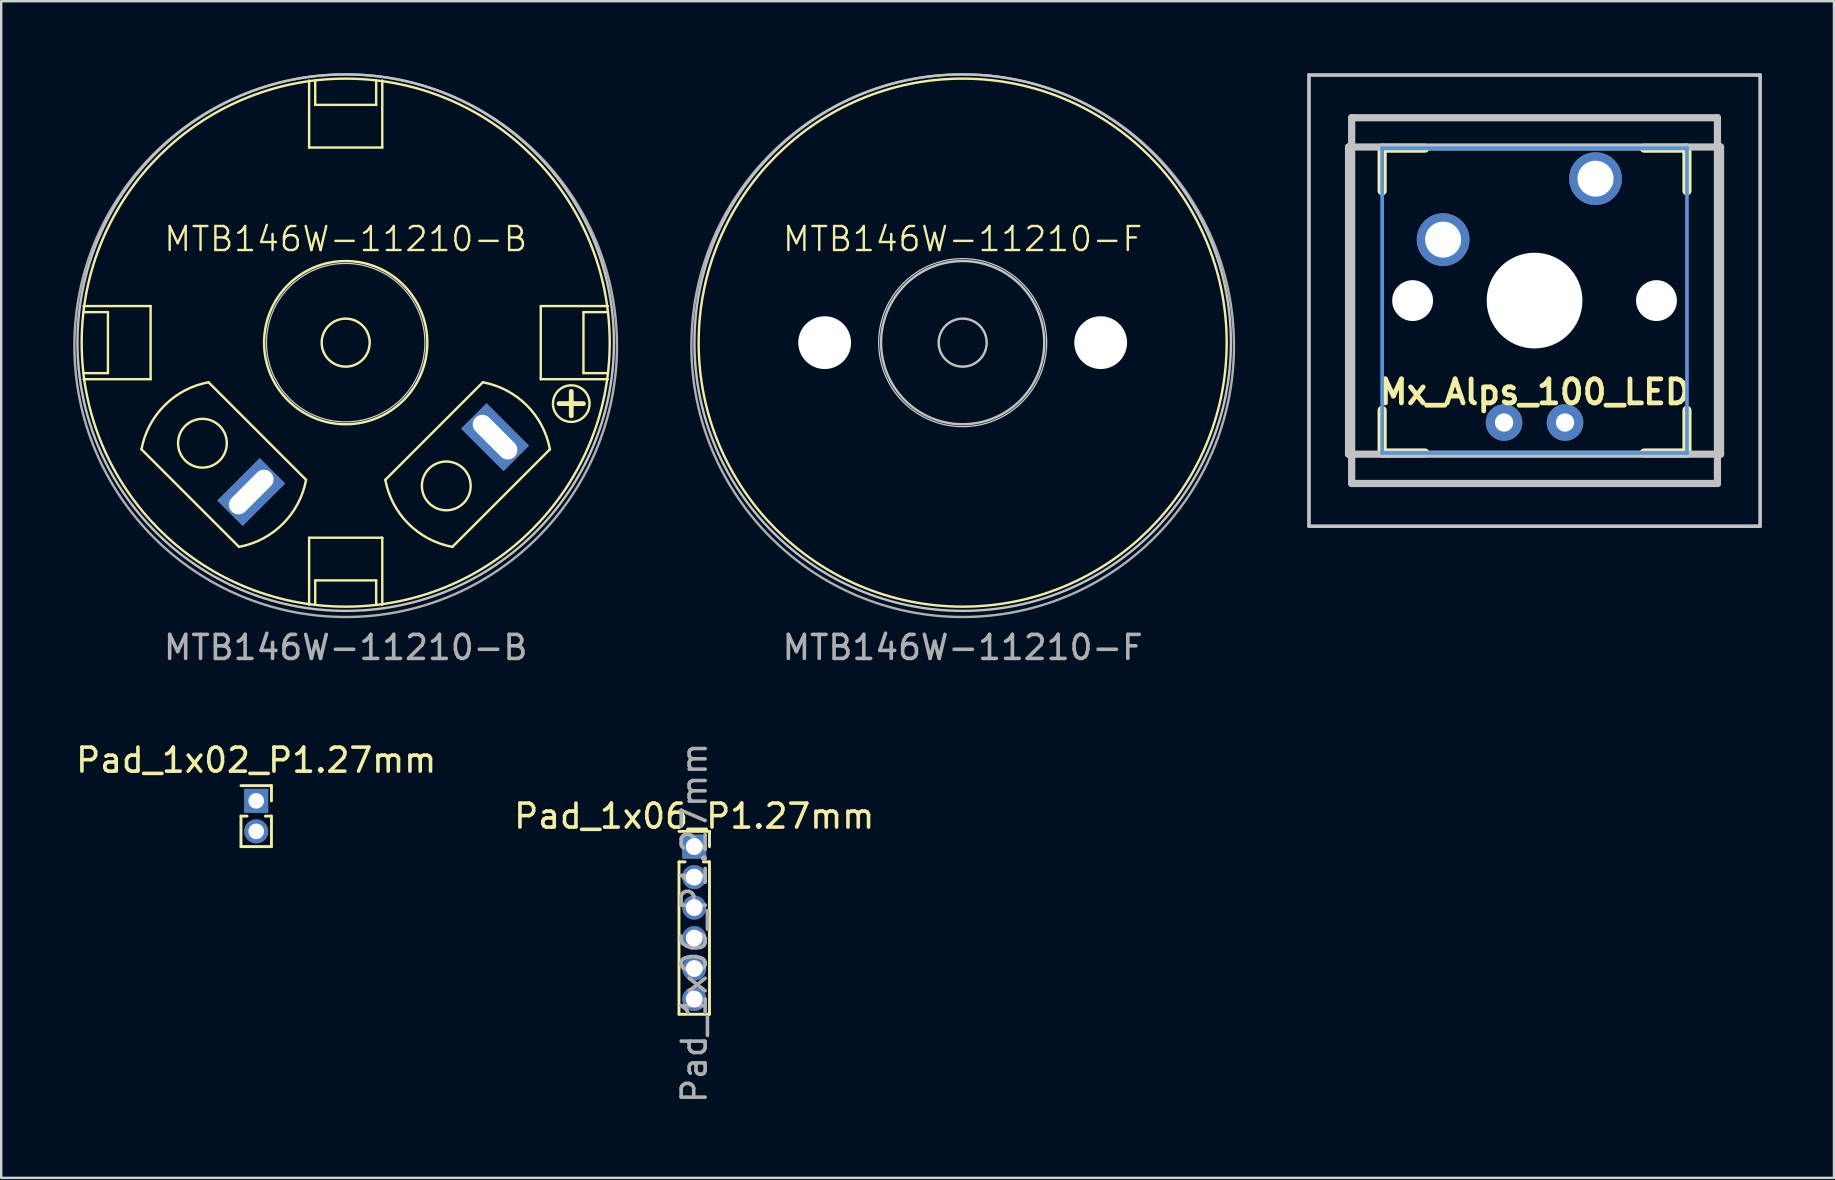
<source format=kicad_pcb>
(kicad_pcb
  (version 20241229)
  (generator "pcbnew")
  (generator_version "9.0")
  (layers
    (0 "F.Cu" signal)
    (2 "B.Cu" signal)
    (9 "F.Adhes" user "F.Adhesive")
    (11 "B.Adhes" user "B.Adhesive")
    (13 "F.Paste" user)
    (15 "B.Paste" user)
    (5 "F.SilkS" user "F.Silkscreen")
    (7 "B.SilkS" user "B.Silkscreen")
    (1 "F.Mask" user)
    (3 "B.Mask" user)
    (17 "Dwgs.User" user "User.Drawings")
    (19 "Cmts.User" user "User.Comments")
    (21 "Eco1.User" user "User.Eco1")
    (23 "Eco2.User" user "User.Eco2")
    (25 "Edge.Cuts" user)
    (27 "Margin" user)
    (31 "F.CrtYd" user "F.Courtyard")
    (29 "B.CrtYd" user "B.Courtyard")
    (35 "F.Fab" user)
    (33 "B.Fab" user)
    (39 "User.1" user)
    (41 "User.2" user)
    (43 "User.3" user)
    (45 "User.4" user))
  (footprint "MTB146W-11210-F"
    (layer "F.Cu")
    (at 37.059 11.226)
    (property "Reference" "MTB146W-11210-F" (at 0 -4.318 0) (unlocked yes) (layer "F.SilkS") (effects (font (size 1 1) (thickness 0.1))))
    (fp_circle (center 0 0) (end 11 0) (stroke (width 0.1) (type default)) (fill no) (layer "F.SilkS"))
    (fp_circle (center 0 0) (end 1 0) (stroke (width 0.1) (type default)) (fill no) (layer "Dwgs.User"))
    (fp_circle (center 0 0) (end 3.4 0) (stroke (width 0.1) (type default)) (fill no) (layer "Dwgs.User"))
    (fp_circle (center 0 0) (end 11.176 0) (stroke (width 0.1) (type default)) (fill no) (layer "Dwgs.User"))
    (fp_circle (center 0 0) (end 3.5 0) (stroke (width 0.05) (type default)) (fill no) (layer "Edge.Cuts"))
    (fp_circle (center 0 0.127) (end 11.303 0.127) (stroke (width 0.1) (type default)) (fill no) (layer "F.Fab"))
    (fp_text user "${REFERENCE}" (at 0 12.7 0) (unlocked yes) (layer "F.Fab") (effects (font (size 1 1) (thickness 0.15))))
    (pad "" np_thru_hole circle (at -5.75 0) (size 2.2 2.2) (drill 2.2) (layers "*.Cu" "*.Mask"))
    (pad "" np_thru_hole circle (at 5.75 0) (size 2.2 2.2) (drill 2.2) (layers "*.Cu" "*.Mask")))
  (footprint "Mx_Alps_100_LED"
    (layer "F.Cu")
    (at 60.886 9.474)
    (property "Reference" "Mx_Alps_100_LED" (at 0 3.81 0) (layer "F.SilkS") (effects (font (size 1 1) (thickness 0.2))))
    (attr through_hole)
    (fp_line (start -6.35 -6.35) (end -4.572 -6.35) (stroke (width 0.381) (type solid)) (layer "F.SilkS"))
    (fp_line (start -6.35 -4.572) (end -6.35 -6.35) (stroke (width 0.381) (type solid)) (layer "F.SilkS"))
    (fp_line (start -6.35 6.35) (end -6.35 4.572) (stroke (width 0.381) (type solid)) (layer "F.SilkS"))
    (fp_line (start -4.572 6.35) (end -6.35 6.35) (stroke (width 0.381) (type solid)) (layer "F.SilkS"))
    (fp_line (start 4.572 -6.35) (end 6.35 -6.35) (stroke (width 0.381) (type solid)) (layer "F.SilkS"))
    (fp_line (start 6.35 -6.35) (end 6.35 -4.572) (stroke (width 0.381) (type solid)) (layer "F.SilkS"))
    (fp_line (start 6.35 4.572) (end 6.35 6.35) (stroke (width 0.381) (type solid)) (layer "F.SilkS"))
    (fp_line (start 6.35 6.35) (end 4.572 6.35) (stroke (width 0.381) (type solid)) (layer "F.SilkS"))
    (fp_line (start -9.398 -9.398) (end 9.398 -9.398) (stroke (width 0.152) (type solid)) (layer "Dwgs.User"))
    (fp_line (start -9.398 9.398) (end -9.398 -9.398) (stroke (width 0.152) (type solid)) (layer "Dwgs.User"))
    (fp_line (start -7.75 6.4) (end -7.75 -6.4) (stroke (width 0.3) (type solid)) (layer "Dwgs.User"))
    (fp_line (start -7.75 6.4) (end 7.75 6.4) (stroke (width 0.3) (type solid)) (layer "Dwgs.User"))
    (fp_line (start -7.62 -7.62) (end 7.62 -7.62) (stroke (width 0.3) (type solid)) (layer "Dwgs.User"))
    (fp_line (start -7.62 7.62) (end -7.62 -7.62) (stroke (width 0.3) (type solid)) (layer "Dwgs.User"))
    (fp_line (start 7.62 -7.62) (end 7.62 7.62) (stroke (width 0.3) (type solid)) (layer "Dwgs.User"))
    (fp_line (start 7.62 7.62) (end -7.62 7.62) (stroke (width 0.3) (type solid)) (layer "Dwgs.User"))
    (fp_line (start 7.75 -6.4) (end -7.75 -6.4) (stroke (width 0.3) (type solid)) (layer "Dwgs.User"))
    (fp_line (start 7.75 6.4) (end 7.75 -6.4) (stroke (width 0.3) (type solid)) (layer "Dwgs.User"))
    (fp_line (start 9.398 -9.398) (end 9.398 9.398) (stroke (width 0.152) (type solid)) (layer "Dwgs.User"))
    (fp_line (start 9.398 9.398) (end -9.398 9.398) (stroke (width 0.152) (type solid)) (layer "Dwgs.User"))
    (fp_line (start -6.35 -6.35) (end 6.35 -6.35) (stroke (width 0.152) (type solid)) (layer "Cmts.User"))
    (fp_line (start -6.35 6.35) (end -6.35 -6.35) (stroke (width 0.152) (type solid)) (layer "Cmts.User"))
    (fp_line (start 6.35 -6.35) (end 6.35 6.35) (stroke (width 0.152) (type solid)) (layer "Cmts.User"))
    (fp_line (start 6.35 6.35) (end -6.35 6.35) (stroke (width 0.152) (type solid)) (layer "Cmts.User"))
    (fp_line (start -6.985 -6.985) (end 6.985 -6.985) (stroke (width 0.152) (type solid)) (layer "Eco2.User"))
    (fp_line (start -6.985 6.985) (end -6.985 -6.985) (stroke (width 0.152) (type solid)) (layer "Eco2.User"))
    (fp_line (start 6.985 -6.985) (end 6.985 6.985) (stroke (width 0.152) (type solid)) (layer "Eco2.User"))
    (fp_line (start 6.985 6.985) (end -6.985 6.985) (stroke (width 0.152) (type solid)) (layer "Eco2.User"))
    (pad "" np_thru_hole circle (at -5.08 0) (size 1.702 1.702) (drill 1.702) (layers "*.Cu"))
    (pad "" np_thru_hole circle (at 0 0) (size 3.988 3.988) (drill 3.988) (layers "*.Cu"))
    (pad "" np_thru_hole circle (at 5.08 0) (size 1.702 1.702) (drill 1.702) (layers "*.Cu"))
    (pad "1" thru_hole circle (at 2.54 -5.08) (size 2.2 2.2) (drill 1.5) (layers "*.Cu" "*.Mask"))
    (pad "2" thru_hole circle (at -3.81 -2.54) (size 2.2 2.2) (drill 1.5) (layers "*.Cu" "*.Mask"))
    (pad "3" thru_hole circle (at -1.27 5.08) (size 1.524 1.524) (drill 0.762) (layers "*.Cu" "*.Mask"))
    (pad "4" thru_hole circle (at 1.27 5.08) (size 1.524 1.524) (drill 0.762) (layers "*.Cu" "*.Mask")))
  (footprint "MTB146W-11210-B"
    (layer "F.Cu")
    (at 11.353 11.226)
    (property "Reference" "MTB146W-11210-B" (at 0 -4.318 0) (unlocked yes) (layer "F.SilkS") (effects (font (size 1 1) (thickness 0.1))))
    (fp_line (start -10.922 -1.524) (end -8.128 -1.524) (stroke (width 0.1) (type default)) (layer "F.SilkS"))
    (fp_line (start -10.922 1.524) (end -8.128 1.524) (stroke (width 0.1) (type default)) (layer "F.SilkS"))
    (fp_line (start -9.906 -1.27) (end -10.922 -1.27) (stroke (width 0.1) (type default)) (layer "F.SilkS"))
    (fp_line (start -9.906 1.27) (end -10.922 1.27) (stroke (width 0.1) (type default)) (layer "F.SilkS"))
    (fp_line (start -9.906 1.27) (end -9.906 -1.27) (stroke (width 0.1) (type default)) (layer "F.SilkS"))
    (fp_line (start -8.509 4.445) (end -4.445 8.509) (stroke (width 0.1) (type default)) (layer "F.SilkS"))
    (fp_line (start -8.128 1.524) (end -8.128 -1.524) (stroke (width 0.1) (type default)) (layer "F.SilkS"))
    (fp_line (start -5.715 1.651) (end -1.651 5.715) (stroke (width 0.1) (type default)) (layer "F.SilkS"))
    (fp_line (start -4.699 6.985) (end -3.175 5.461) (stroke (width 0.1) (type default)) (layer "F.SilkS"))
    (fp_line (start -1.524 -10.922) (end -1.524 -8.128) (stroke (width 0.1) (type default)) (layer "F.SilkS"))
    (fp_line (start -1.524 -8.128) (end 1.524 -8.128) (stroke (width 0.1) (type default)) (layer "F.SilkS"))
    (fp_line (start -1.524 10.922) (end -1.524 8.128) (stroke (width 0.1) (type default)) (layer "F.SilkS"))
    (fp_line (start -1.27 -9.906) (end -1.27 -10.922) (stroke (width 0.1) (type default)) (layer "F.SilkS"))
    (fp_line (start -1.27 -9.906) (end 1.27 -9.906) (stroke (width 0.1) (type default)) (layer "F.SilkS"))
    (fp_line (start -1.27 9.906) (end -1.27 10.922) (stroke (width 0.1) (type default)) (layer "F.SilkS"))
    (fp_line (start 1.27 -9.906) (end 1.27 -10.922) (stroke (width 0.1) (type default)) (layer "F.SilkS"))
    (fp_line (start 1.27 9.906) (end -1.27 9.906) (stroke (width 0.1) (type default)) (layer "F.SilkS"))
    (fp_line (start 1.27 9.906) (end 1.27 10.922) (stroke (width 0.1) (type default)) (layer "F.SilkS"))
    (fp_line (start 1.524 -10.922) (end 1.524 -8.128) (stroke (width 0.1) (type default)) (layer "F.SilkS"))
    (fp_line (start 1.524 8.128) (end -1.524 8.128) (stroke (width 0.1) (type default)) (layer "F.SilkS"))
    (fp_line (start 1.524 10.922) (end 1.524 8.128) (stroke (width 0.1) (type default)) (layer "F.SilkS"))
    (fp_line (start 1.651 5.715) (end 5.715 1.651) (stroke (width 0.1) (type default)) (layer "F.SilkS"))
    (fp_line (start 4.445 8.509) (end 8.509 4.445) (stroke (width 0.1) (type default)) (layer "F.SilkS"))
    (fp_line (start 6.985 4.699) (end 5.461 3.175) (stroke (width 0.1) (type default)) (layer "F.SilkS"))
    (fp_line (start 8.128 -1.524) (end 8.128 1.524) (stroke (width 0.1) (type default)) (layer "F.SilkS"))
    (fp_line (start 8.89 2.54) (end 9.906 2.54) (stroke (width 0.2) (type default)) (layer "F.SilkS"))
    (fp_line (start 9.398 3.048) (end 9.398 2.032) (stroke (width 0.2) (type default)) (layer "F.SilkS"))
    (fp_line (start 9.906 -1.27) (end 9.906 1.27) (stroke (width 0.1) (type default)) (layer "F.SilkS"))
    (fp_line (start 9.906 -1.27) (end 10.922 -1.27) (stroke (width 0.1) (type default)) (layer "F.SilkS"))
    (fp_line (start 9.906 1.27) (end 10.922 1.27) (stroke (width 0.1) (type default)) (layer "F.SilkS"))
    (fp_line (start 10.922 -1.524) (end 8.128 -1.524) (stroke (width 0.1) (type default)) (layer "F.SilkS"))
    (fp_line (start 10.922 1.524) (end 8.128 1.524) (stroke (width 0.1) (type default)) (layer "F.SilkS"))
    (fp_arc (start -8.508999 4.445) (mid -7.545893 2.614107) (end -5.715 1.651001) (stroke (width 0.1) (type default)) (layer "F.SilkS"))
    (fp_arc (start -1.651001 5.715) (mid -2.614107 7.545893) (end -4.445 8.508999) (stroke (width 0.1) (type default)) (layer "F.SilkS"))
    (fp_arc (start 4.445 8.508999) (mid 2.614107 7.545893) (end 1.651001 5.715) (stroke (width 0.1) (type default)) (layer "F.SilkS"))
    (fp_arc (start 5.715 1.651001) (mid 7.545893 2.614107) (end 8.508999 4.445) (stroke (width 0.1) (type default)) (layer "F.SilkS"))
    (fp_circle (center -5.969 4.191) (end -4.953 4.191) (stroke (width 0.1) (type default)) (fill no) (layer "F.SilkS"))
    (fp_circle (center 0 0) (end 1 0) (stroke (width 0.1) (type default)) (fill no) (layer "F.SilkS"))
    (fp_circle (center 0 0) (end 3.4 0) (stroke (width 0.1) (type default)) (fill no) (layer "F.SilkS"))
    (fp_circle (center 0 0) (end 11 0) (stroke (width 0.1) (type default)) (fill no) (layer "F.SilkS"))
    (fp_circle (center 4.191 5.969) (end 4.191 4.953) (stroke (width 0.1) (type default)) (fill no) (layer "F.SilkS"))
    (fp_circle (center 9.398 2.54) (end 10.16 2.54) (stroke (width 0.1) (type default)) (fill no) (layer "F.SilkS"))
    (fp_circle (center 0 0) (end 11.176 0) (stroke (width 0.1) (type default)) (fill no) (layer "Dwgs.User"))
    (fp_circle (center 0 0) (end 3.3 0) (stroke (width 0.05) (type default)) (fill no) (layer "Edge.Cuts"))
    (fp_circle (center 0 0.127) (end 11.303 0.127) (stroke (width 0.1) (type default)) (fill no) (layer "F.Fab"))
    (fp_text user "${REFERENCE}" (at 0 12.7 0) (unlocked yes) (layer "F.Fab") (effects (font (size 1 1) (thickness 0.15))))
    (pad "1" thru_hole rect (at 6.223 3.937 45) (size 1.5 2.5) (drill oval 0.8 2.3) (layers "*.Cu" "*.Mask"))
    (pad "2" thru_hole rect (at -3.937 6.223 135) (size 1.5 2.5) (drill oval 0.8 2.3) (layers "*.Cu" "*.Mask")))
  (footprint "Pad_1x02_P1.27mm"
    (layer "F.Cu")
    (at 7.625 30.953)
    (property "Reference" "Pad_1x02_P1.27mm" (at 0 -2.33 0) (layer "F.SilkS") (effects (font (size 1 1) (thickness 0.15))))
    (attr through_hole)
    (fp_line (start -0.635 -1.27) (end 0.635 -1.27) (stroke (width 0.12) (type solid)) (layer "F.SilkS"))
    (fp_line (start -0.635 0) (end -0.381 0) (stroke (width 0.12) (type solid)) (layer "F.SilkS"))
    (fp_line (start -0.635 1.27) (end -0.635 0) (stroke (width 0.12) (type solid)) (layer "F.SilkS"))
    (fp_line (start 0.635 -1.27) (end 0.635 -0.635) (stroke (width 0.12) (type solid)) (layer "F.SilkS"))
    (fp_line (start 0.635 0) (end 0.381 0) (stroke (width 0.12) (type solid)) (layer "F.SilkS"))
    (fp_line (start 0.635 0) (end 0.635 1.27) (stroke (width 0.12) (type solid)) (layer "F.SilkS"))
    (fp_line (start 0.635 1.27) (end -0.635 1.27) (stroke (width 0.12) (type solid)) (layer "F.SilkS"))
    (pad "1" thru_hole rect (at 0 -0.635) (size 1 1) (drill 0.65) (layers "*.Cu" "*.Mask"))
    (pad "2" thru_hole oval (at 0 0.635) (size 1 1) (drill 0.65) (layers "*.Cu" "*.Mask")))
  (footprint "Pad_1x06_P1.27mm"
    (layer "F.Cu")
    (at 25.875 35.399)
    (property "Reference" "Pad_1x06_P1.27mm" (at 0 -4.445 0) (layer "F.SilkS") (effects (font (size 1 1) (thickness 0.15))))
    (attr through_hole)
    (fp_line (start -0.635 -3.81) (end 0.635 -3.81) (stroke (width 0.12) (type solid)) (layer "F.SilkS"))
    (fp_line (start -0.635 -2.54) (end -0.635 3.81) (stroke (width 0.12) (type solid)) (layer "F.SilkS"))
    (fp_line (start -0.635 3.81) (end 0.635 3.81) (stroke (width 0.12) (type solid)) (layer "F.SilkS"))
    (fp_line (start -0.381 -2.54) (end -0.635 -2.54) (stroke (width 0.12) (type solid)) (layer "F.SilkS"))
    (fp_line (start 0.381 -2.54) (end 0.635 -2.54) (stroke (width 0.12) (type solid)) (layer "F.SilkS"))
    (fp_line (start 0.635 -3.81) (end 0.635 -3.175) (stroke (width 0.12) (type solid)) (layer "F.SilkS"))
    (fp_line (start 0.635 -2.54) (end 0.635 3.81) (stroke (width 0.12) (type solid)) (layer "F.SilkS"))
    (fp_text user "${REFERENCE}" (at 0 0 90) (layer "F.Fab") (effects (font (size 1 1) (thickness 0.15))))
    (pad "1" thru_hole rect (at 0 -3.175) (size 1 1) (drill 0.7) (layers "*.Cu" "*.Mask"))
    (pad "2" thru_hole oval (at 0 -1.905) (size 1 1) (drill 0.7) (layers "*.Cu" "*.Mask"))
    (pad "3" thru_hole oval (at 0 -0.635) (size 1 1) (drill 0.7) (layers "*.Cu" "*.Mask"))
    (pad "4" thru_hole oval (at 0 0.635) (size 1 1) (drill 0.7) (layers "*.Cu" "*.Mask"))
    (pad "5" thru_hole oval (at 0 1.905) (size 1 1) (drill 0.7) (layers "*.Cu" "*.Mask"))
    (pad "6" thru_hole oval (at 0 3.175) (size 1 1) (drill 0.7) (layers "*.Cu" "*.Mask")))
  (gr_rect
    (start -3 -3)
    (end 73.36 46.024)
    (stroke (width 0.1) (type default))
    (fill no)
    (layer "Edge.Cuts")))
</source>
